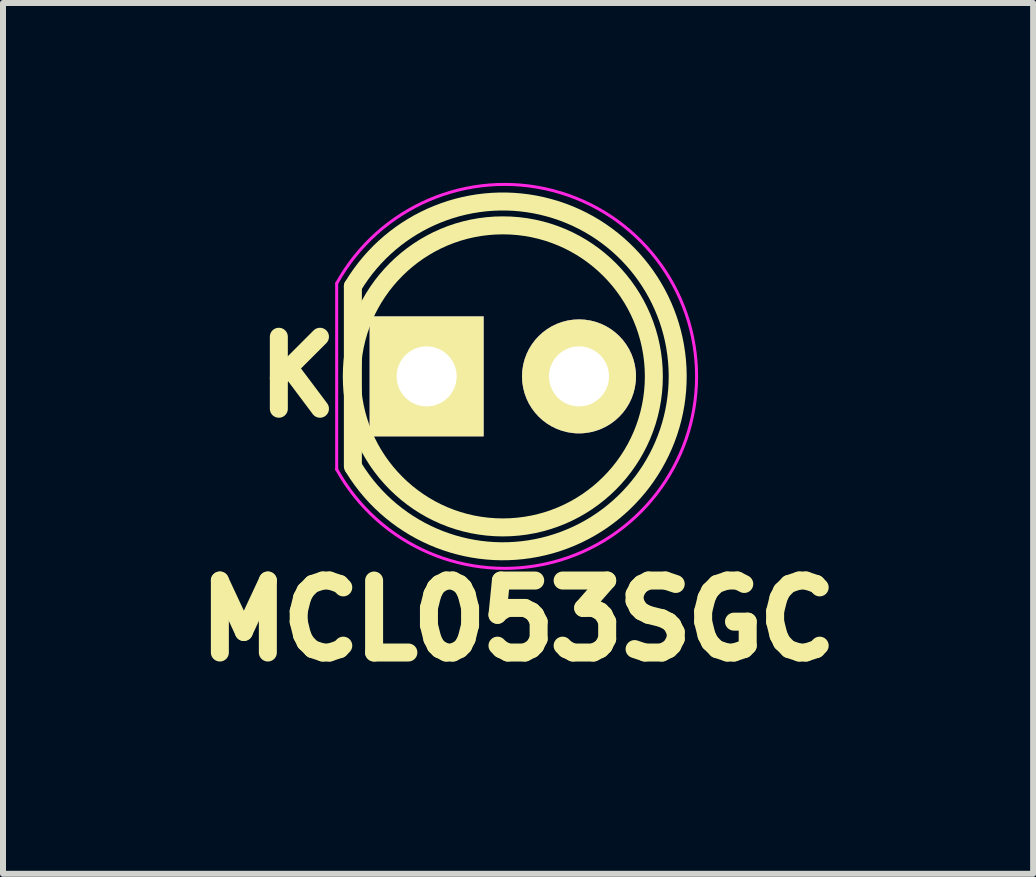
<source format=kicad_pcb>
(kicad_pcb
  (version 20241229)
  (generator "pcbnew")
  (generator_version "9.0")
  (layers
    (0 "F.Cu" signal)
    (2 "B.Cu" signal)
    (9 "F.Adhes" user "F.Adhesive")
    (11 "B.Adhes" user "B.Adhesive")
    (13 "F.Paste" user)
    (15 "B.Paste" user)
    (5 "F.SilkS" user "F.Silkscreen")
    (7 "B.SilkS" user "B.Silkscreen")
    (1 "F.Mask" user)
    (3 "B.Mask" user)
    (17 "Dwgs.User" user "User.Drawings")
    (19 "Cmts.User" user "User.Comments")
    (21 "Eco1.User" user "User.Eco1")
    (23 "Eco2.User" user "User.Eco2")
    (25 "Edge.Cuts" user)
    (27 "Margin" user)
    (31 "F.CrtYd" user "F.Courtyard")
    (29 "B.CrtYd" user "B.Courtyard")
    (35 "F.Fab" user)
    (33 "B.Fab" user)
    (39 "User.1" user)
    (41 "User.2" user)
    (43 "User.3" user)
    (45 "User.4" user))
  (footprint "MCL053SGC"
    (layer "F.Cu")
    (at 4.063 3.225)
    (property "Reference" "MCL053SGC" (at 1.524 4.064 0) (layer "F.SilkS") (effects (font (size 1.2 1.2) (thickness 0.3))))
    (attr through_hole)
    (fp_line (start -1.23 1.5) (end -1.23 -1.5) (stroke (width 0.3) (type solid)) (layer "F.SilkS"))
    (fp_arc (start -1.23 -1.5) (mid 4.18544 -0.014565) (end -1.214888 1.524904) (stroke (width 0.3) (type solid)) (layer "F.SilkS"))
    (fp_circle (center 1.27 0) (end 0.97 -2.5) (stroke (width 0.3) (type solid)) (fill no) (layer "F.SilkS"))
    (fp_line (start -1.5 -1.55) (end -1.5 1.55) (stroke (width 0.05) (type solid)) (layer "F.CrtYd"))
    (fp_arc (start -1.498248 -1.55316) (mid 4.50039 0.001807) (end -1.5 1.55) (stroke (width 0.05) (type solid)) (layer "F.CrtYd"))
    (fp_text user "K" (at -2.15 0 0) (layer "F.SilkS") (effects (font (size 1.2 1.2) (thickness 0.3))))
    (pad "1" thru_hole rect (at 0 0 90) (size 2 1.9) (drill 1.001) (layers "*.Cu" "*.Mask" "F.SilkS"))
    (pad "2" thru_hole circle (at 2.54 0) (size 1.9 1.9) (drill 1.001) (layers "*.Cu" "*.Mask" "F.SilkS")))
  (gr_rect
    (start -3 -3)
    (end 14.174 11.518)
    (stroke (width 0.1) (type default))
    (fill no)
    (layer "Edge.Cuts")))
</source>
